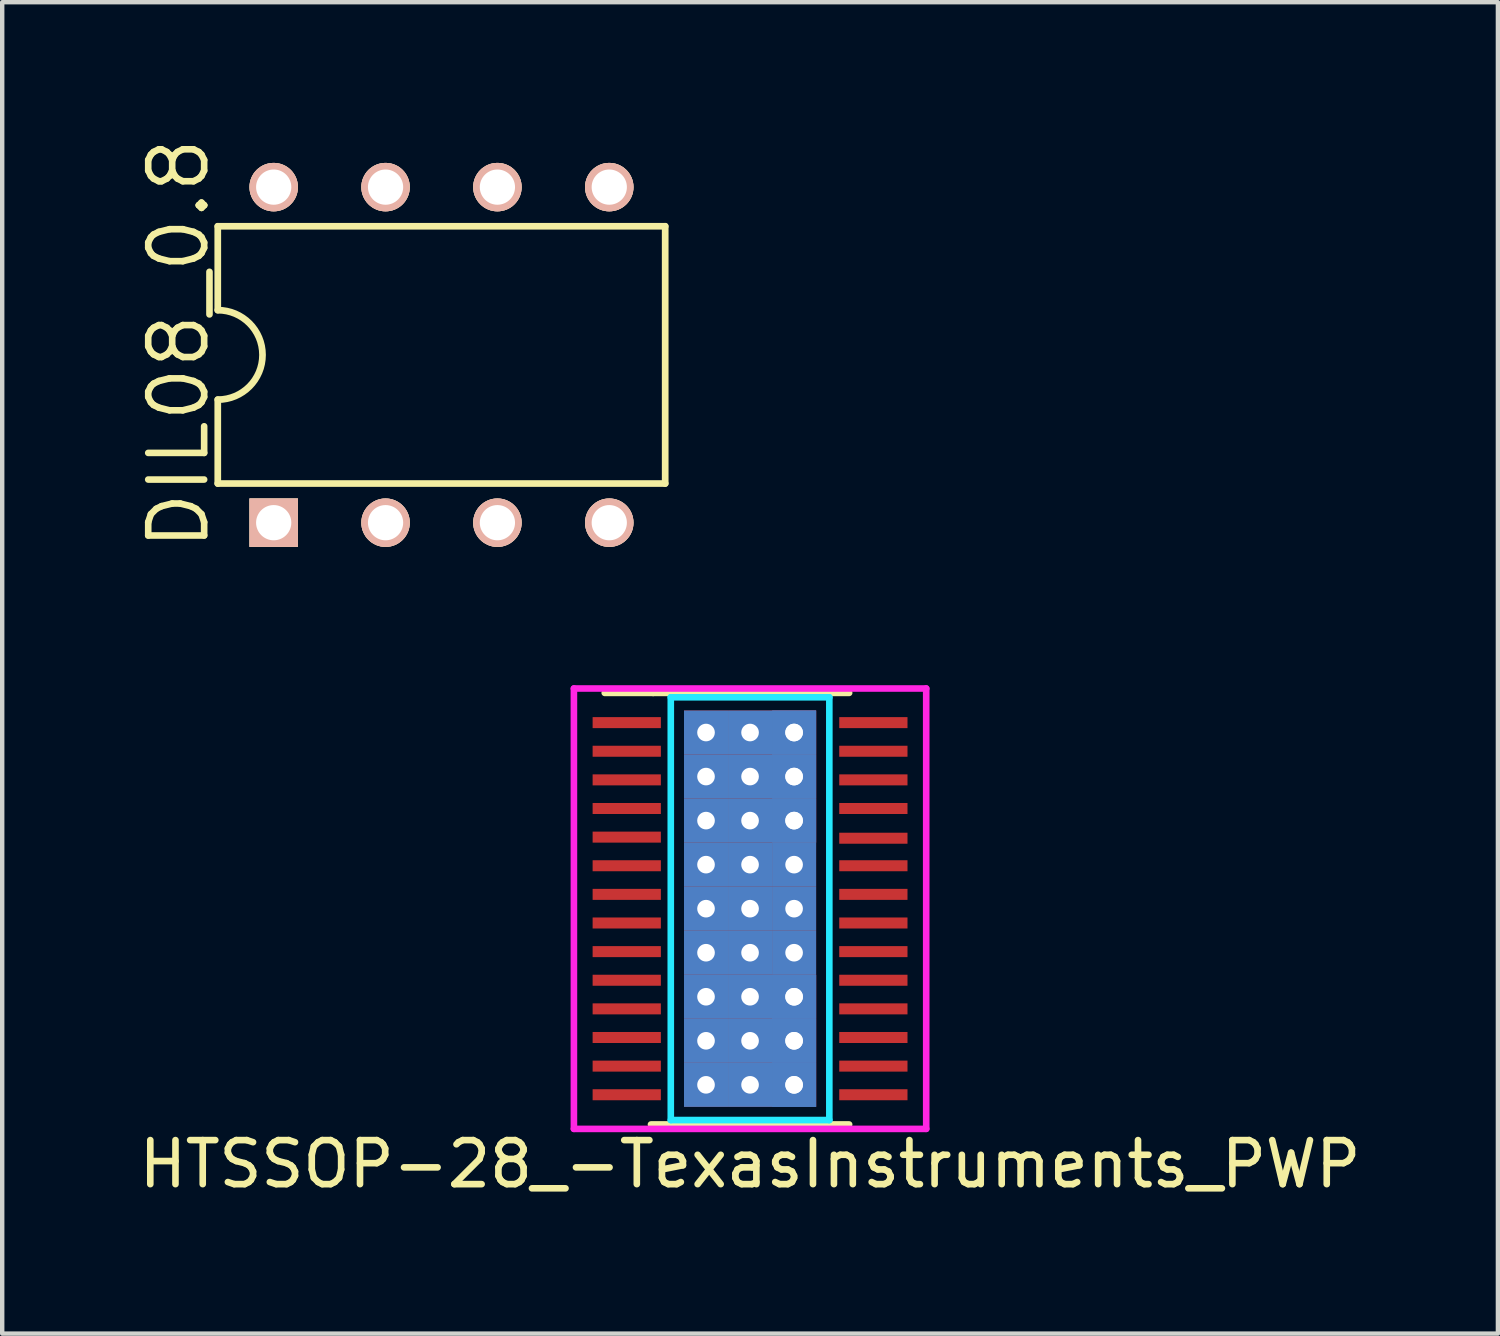
<source format=kicad_pcb>
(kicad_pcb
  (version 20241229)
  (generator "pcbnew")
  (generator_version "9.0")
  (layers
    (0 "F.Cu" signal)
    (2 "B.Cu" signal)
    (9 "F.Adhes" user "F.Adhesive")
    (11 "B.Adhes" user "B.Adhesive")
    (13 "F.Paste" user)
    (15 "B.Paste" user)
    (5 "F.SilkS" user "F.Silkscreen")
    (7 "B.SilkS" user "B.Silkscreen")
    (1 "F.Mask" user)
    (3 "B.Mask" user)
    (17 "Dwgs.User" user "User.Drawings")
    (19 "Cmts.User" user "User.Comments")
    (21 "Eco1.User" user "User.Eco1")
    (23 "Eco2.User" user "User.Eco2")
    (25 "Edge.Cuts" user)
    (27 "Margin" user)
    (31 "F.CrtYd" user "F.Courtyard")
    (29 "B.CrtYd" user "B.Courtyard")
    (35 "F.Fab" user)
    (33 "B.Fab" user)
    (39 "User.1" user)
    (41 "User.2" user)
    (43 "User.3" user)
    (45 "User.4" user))
  (footprint "DIL08_0.8"
    (layer "F.Cu")
    (at 6.975 5.009)
    (property "Reference" "DIL08_0.8" (at -5.969 -0.254 90) (layer "F.SilkS") (effects (font (size 1.27 1.27) (thickness 0.15))))
    (attr exclude_from_pos_files exclude_from_bom)
    (fp_line (start -5.08 -2.921) (end -5.08 -1.016) (stroke (width 0.152) (type solid)) (layer "F.SilkS"))
    (fp_line (start -5.08 2.921) (end -5.08 1.016) (stroke (width 0.152) (type solid)) (layer "F.SilkS"))
    (fp_line (start -5.08 2.921) (end 5.08 2.921) (stroke (width 0.152) (type solid)) (layer "F.SilkS"))
    (fp_line (start 5.08 -2.921) (end -5.08 -2.921) (stroke (width 0.152) (type solid)) (layer "F.SilkS"))
    (fp_line (start 5.08 -2.921) (end 5.08 2.921) (stroke (width 0.152) (type solid)) (layer "F.SilkS"))
    (fp_arc (start -5.08 -1.016) (mid -4.064 0) (end -5.08 1.016) (stroke (width 0.1524) (type solid)) (layer "F.SilkS"))
    (pad "1" thru_hole rect (at -3.81 3.81 180) (size 1.1 1.1) (drill 0.8) (layers "*.Cu" "*.Paste" "*.SilkS" "*.Mask"))
    (pad "2" thru_hole circle (at -1.27 3.81 180) (size 1.1 1.1) (drill 0.8) (layers "*.Cu" "*.Paste" "*.SilkS" "*.Mask"))
    (pad "3" thru_hole circle (at 1.27 3.81 180) (size 1.1 1.1) (drill 0.8) (layers "*.Cu" "*.Paste" "*.SilkS" "*.Mask"))
    (pad "4" thru_hole circle (at 3.81 3.81 180) (size 1.1 1.1) (drill 0.8) (layers "*.Cu" "*.Paste" "*.SilkS" "*.Mask"))
    (pad "5" thru_hole circle (at 3.81 -3.81 180) (size 1.1 1.1) (drill 0.8) (layers "*.Cu" "*.Paste" "*.SilkS" "*.Mask"))
    (pad "6" thru_hole circle (at 1.27 -3.81 180) (size 1.1 1.1) (drill 0.8) (layers "*.Cu" "*.Paste" "*.SilkS" "*.Mask"))
    (pad "7" thru_hole circle (at -1.27 -3.81 180) (size 1.1 1.1) (drill 0.8) (layers "*.Cu" "*.Paste" "*.SilkS" "*.Mask"))
    (pad "8" thru_hole circle (at -3.81 -3.81 180) (size 1.1 1.1) (drill 0.8) (layers "*.Cu" "*.Paste" "*.SilkS" "*.Mask")))
  (footprint "HTSSOP-28_-TexasInstruments_PWP"
    (layer "F.Cu")
    (at 13.982 17.584)
    (property "Reference" "HTSSOP-28_-TexasInstruments_PWP" (at 0 5.8 0) (layer "F.SilkS") (effects (font (size 1 1) (thickness 0.15))))
    (attr smd)
    (fp_line (start -2.2 -4.9) (end -3.3 -4.9) (stroke (width 0.15) (type solid)) (layer "F.SilkS"))
    (fp_line (start -2.2 -4.9) (end 2.25 -4.9) (stroke (width 0.15) (type solid)) (layer "F.SilkS"))
    (fp_line (start 2.25 4.9) (end -2.25 4.9) (stroke (width 0.15) (type solid)) (layer "F.SilkS"))
    (fp_line (start -1.8 -4.8) (end 1.8 -4.8) (stroke (width 0.15) (type solid)) (layer "B.CrtYd"))
    (fp_line (start -1.8 4.8) (end -1.8 -4.8) (stroke (width 0.15) (type solid)) (layer "B.CrtYd"))
    (fp_line (start 1.8 -4.8) (end 1.8 4.8) (stroke (width 0.15) (type solid)) (layer "B.CrtYd"))
    (fp_line (start 1.8 4.8) (end -1.8 4.8) (stroke (width 0.15) (type solid)) (layer "B.CrtYd"))
    (fp_line (start -4 -5) (end 4 -5) (stroke (width 0.15) (type solid)) (layer "F.CrtYd"))
    (fp_line (start -4 5) (end -4 -5) (stroke (width 0.15) (type solid)) (layer "F.CrtYd"))
    (fp_line (start 4 -5) (end 4 5) (stroke (width 0.15) (type solid)) (layer "F.CrtYd"))
    (fp_line (start 4 5) (end -4 5) (stroke (width 0.15) (type solid)) (layer "F.CrtYd"))
    (pad "1" smd rect (at -2.8 -4.225) (size 1.55 0.25) (layers "F.Cu" "F.Mask" "F.Paste"))
    (pad "2" smd rect (at -2.8 -3.575) (size 1.55 0.25) (layers "F.Cu" "F.Mask" "F.Paste"))
    (pad "3" smd rect (at -2.8 -2.925) (size 1.55 0.25) (layers "F.Cu" "F.Mask" "F.Paste"))
    (pad "4" smd rect (at -2.8 -2.275) (size 1.55 0.25) (layers "F.Cu" "F.Mask" "F.Paste"))
    (pad "5" smd rect (at -2.8 -1.625) (size 1.55 0.25) (layers "F.Cu" "F.Mask" "F.Paste"))
    (pad "6" smd rect (at -2.8 -0.975) (size 1.55 0.25) (layers "F.Cu" "F.Mask" "F.Paste"))
    (pad "7" smd rect (at -2.8 -0.325) (size 1.55 0.25) (layers "F.Cu" "F.Mask" "F.Paste"))
    (pad "8" smd rect (at -2.8 0.325) (size 1.55 0.25) (layers "F.Cu" "F.Mask" "F.Paste"))
    (pad "9" smd rect (at -2.8 0.975) (size 1.55 0.25) (layers "F.Cu" "F.Mask" "F.Paste"))
    (pad "10" smd rect (at -2.8 1.625) (size 1.55 0.25) (layers "F.Cu" "F.Mask" "F.Paste"))
    (pad "11" smd rect (at -2.8 2.275) (size 1.55 0.25) (layers "F.Cu" "F.Mask" "F.Paste"))
    (pad "12" smd rect (at -2.8 2.925) (size 1.55 0.25) (layers "F.Cu" "F.Mask" "F.Paste"))
    (pad "13" smd rect (at -2.8 3.575) (size 1.55 0.25) (layers "F.Cu" "F.Mask" "F.Paste"))
    (pad "14" smd rect (at -2.8 4.225) (size 1.55 0.25) (layers "F.Cu" "F.Mask" "F.Paste"))
    (pad "15" smd rect (at 2.8 4.225) (size 1.55 0.25) (layers "F.Cu" "F.Mask" "F.Paste"))
    (pad "16" smd rect (at 2.8 3.575) (size 1.55 0.25) (layers "F.Cu" "F.Mask" "F.Paste"))
    (pad "17" smd rect (at 2.8 2.925) (size 1.55 0.25) (layers "F.Cu" "F.Mask" "F.Paste"))
    (pad "18" smd rect (at 2.8 2.275) (size 1.55 0.25) (layers "F.Cu" "F.Mask" "F.Paste"))
    (pad "19" smd rect (at 2.8 1.625) (size 1.55 0.25) (layers "F.Cu" "F.Mask" "F.Paste"))
    (pad "20" smd rect (at 2.8 0.975) (size 1.55 0.25) (layers "F.Cu" "F.Mask" "F.Paste"))
    (pad "21" smd rect (at 2.8 0.325) (size 1.55 0.25) (layers "F.Cu" "F.Mask" "F.Paste"))
    (pad "22" smd rect (at 2.8 -0.325) (size 1.55 0.25) (layers "F.Cu" "F.Mask" "F.Paste"))
    (pad "23" smd rect (at 2.8 -0.975) (size 1.55 0.25) (layers "F.Cu" "F.Mask" "F.Paste"))
    (pad "24" smd rect (at 2.8 -1.6) (size 1.55 0.25) (layers "F.Cu" "F.Mask" "F.Paste"))
    (pad "25" smd rect (at 2.8 -2.275) (size 1.55 0.25) (layers "F.Cu" "F.Mask" "F.Paste"))
    (pad "26" smd rect (at 2.8 -2.925) (size 1.55 0.25) (layers "F.Cu" "F.Mask" "F.Paste"))
    (pad "27" smd rect (at 2.8 -3.575) (size 1.55 0.25) (layers "F.Cu" "F.Mask" "F.Paste"))
    (pad "28" smd rect (at 2.8 -4.225) (size 1.55 0.25) (layers "F.Cu" "F.Mask" "F.Paste"))
    (pad "PAD" thru_hole rect (at -1 -4) (size 1 1) (drill 0.4) (layers "*.Cu"))
    (pad "PAD" thru_hole rect (at -1 -3) (size 1 1) (drill 0.4) (layers "*.Cu"))
    (pad "PAD" thru_hole rect (at -1 -2) (size 1 1) (drill 0.4) (layers "*.Cu"))
    (pad "PAD" thru_hole rect (at -1 -1) (size 1 1) (drill 0.4) (layers "*.Cu" "*.Mask"))
    (pad "PAD" thru_hole rect (at -1 0) (size 1 1) (drill 0.4) (layers "*.Cu" "*.Mask"))
    (pad "PAD" thru_hole rect (at -1 1) (size 1 1) (drill 0.4) (layers "*.Cu" "*.Mask"))
    (pad "PAD" thru_hole rect (at -1 2) (size 1 1) (drill 0.4) (layers "*.Cu"))
    (pad "PAD" thru_hole rect (at -1 3) (size 1 1) (drill 0.4) (layers "*.Cu"))
    (pad "PAD" thru_hole rect (at -1 4) (size 1 1) (drill 0.4) (layers "*.Cu"))
    (pad "PAD" thru_hole rect (at 0 -4) (size 1 1) (drill 0.4) (layers "*.Cu"))
    (pad "PAD" thru_hole rect (at 0 -3) (size 1 1) (drill 0.4) (layers "*.Cu"))
    (pad "PAD" thru_hole rect (at 0 -2) (size 1 1) (drill 0.4) (layers "*.Cu"))
    (pad "PAD" thru_hole rect (at 0 -1) (size 1 1) (drill 0.4) (layers "*.Cu" "*.Mask"))
    (pad "PAD" thru_hole rect (at 0 0) (size 1 1) (drill 0.4) (layers "*.Cu" "*.Mask"))
    (pad "PAD" thru_hole rect (at 0 1) (size 1 1) (drill 0.4) (layers "*.Cu" "*.Mask"))
    (pad "PAD" thru_hole rect (at 0 2) (size 1 1) (drill 0.4) (layers "*.Cu"))
    (pad "PAD" thru_hole rect (at 0 3) (size 1 1) (drill 0.4) (layers "*.Cu"))
    (pad "PAD" thru_hole rect (at 0 4) (size 1 1) (drill 0.4) (layers "*.Cu"))
    (pad "PAD" thru_hole rect (at 1 -4) (size 1 1) (drill 0.4) (layers "*.Cu"))
    (pad "PAD" thru_hole rect (at 1 -4) (size 1 1) (drill 0.4) (layers "*.Cu"))
    (pad "PAD" thru_hole rect (at 1 -3) (size 1 1) (drill 0.4) (layers "*.Cu"))
    (pad "PAD" thru_hole rect (at 1 -3) (size 1 1) (drill 0.4) (layers "*.Cu"))
    (pad "PAD" thru_hole rect (at 1 -2) (size 1 1) (drill 0.4) (layers "*.Cu"))
    (pad "PAD" thru_hole rect (at 1 -2) (size 1 1) (drill 0.4) (layers "*.Cu"))
    (pad "PAD" thru_hole rect (at 1 -1) (size 1 1) (drill 0.4) (layers "*.Cu" "*.Mask"))
    (pad "PAD" thru_hole rect (at 1 0) (size 1 1) (drill 0.4) (layers "*.Cu" "*.Mask"))
    (pad "PAD" thru_hole rect (at 1 1) (size 1 1) (drill 0.4) (layers "*.Cu" "*.Mask"))
    (pad "PAD" thru_hole rect (at 1 2) (size 1 1) (drill 0.4) (layers "*.Cu"))
    (pad "PAD" thru_hole rect (at 1 2) (size 1 1) (drill 0.4) (layers "*.Cu"))
    (pad "PAD" thru_hole rect (at 1 3) (size 1 1) (drill 0.4) (layers "*.Cu"))
    (pad "PAD" thru_hole rect (at 1 3) (size 1 1) (drill 0.4) (layers "*.Cu"))
    (pad "PAD" thru_hole rect (at 1 4) (size 1 1) (drill 0.4) (layers "*.Cu"))
    (pad "PAD" thru_hole rect (at 1 4) (size 1 1) (drill 0.4) (layers "*.Cu")))
  (gr_rect
    (start -3 -3)
    (end 30.964 27.233)
    (stroke (width 0.1) (type default))
    (fill no)
    (layer "Edge.Cuts")))
</source>
